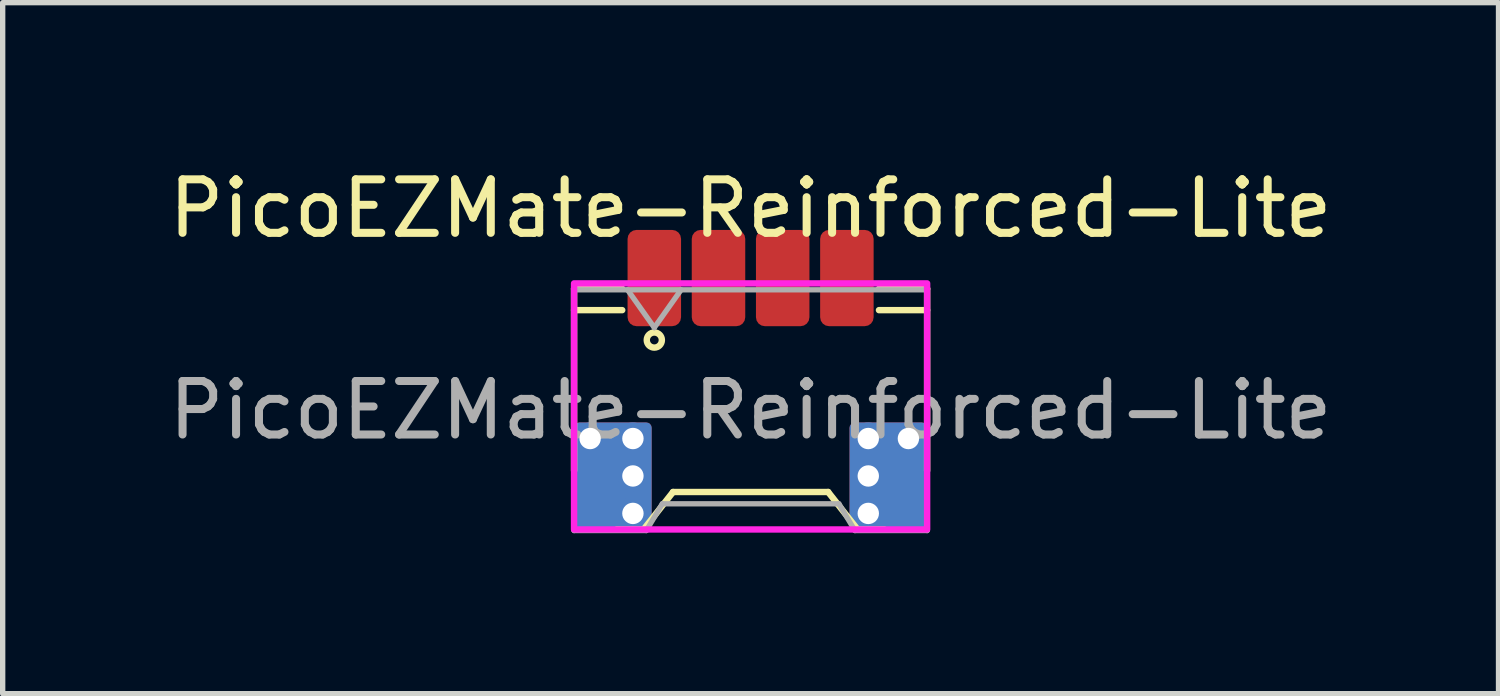
<source format=kicad_pcb>
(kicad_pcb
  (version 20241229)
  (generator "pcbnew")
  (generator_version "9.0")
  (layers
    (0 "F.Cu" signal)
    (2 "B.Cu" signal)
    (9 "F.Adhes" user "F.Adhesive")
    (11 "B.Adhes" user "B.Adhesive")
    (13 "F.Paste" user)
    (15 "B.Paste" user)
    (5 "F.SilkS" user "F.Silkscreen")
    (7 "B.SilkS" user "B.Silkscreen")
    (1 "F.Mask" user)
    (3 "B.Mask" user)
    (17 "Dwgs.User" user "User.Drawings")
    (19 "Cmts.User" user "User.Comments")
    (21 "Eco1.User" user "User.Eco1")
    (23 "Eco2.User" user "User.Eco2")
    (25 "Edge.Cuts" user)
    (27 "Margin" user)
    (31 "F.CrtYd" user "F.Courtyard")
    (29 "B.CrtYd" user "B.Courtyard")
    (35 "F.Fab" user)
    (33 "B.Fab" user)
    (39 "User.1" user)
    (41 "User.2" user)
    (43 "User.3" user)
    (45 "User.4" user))
  (footprint "PicoEZMate-Reinforced-Lite"
    (layer "F.Cu")
    (at 10.982 4.348)
    (property "Reference" "PicoEZMate-Reinforced-Lite" (at 0 -3.5 0) (layer "F.SilkS") (effects (font (size 1 1) (thickness 0.15))))
    (attr smd)
    (fp_line (start -3.3 -2) (end -3.3 1.4) (stroke (width 0.12) (type solid)) (layer "F.SilkS"))
    (fp_line (start -3.3 -2) (end -2.4 -2) (stroke (width 0.12) (type solid)) (layer "F.SilkS"))
    (fp_line (start -2.4 -1.6) (end -3.3 -1.6) (stroke (width 0.12) (type solid)) (layer "F.SilkS"))
    (fp_line (start -2 2.5) (end -2.5 2.5) (stroke (width 0.12) (type solid)) (layer "F.SilkS"))
    (fp_line (start -1.45 1.8) (end -2 2.5) (stroke (width 0.12) (type solid)) (layer "F.SilkS"))
    (fp_line (start 1.45 1.8) (end -1.45 1.8) (stroke (width 0.12) (type solid)) (layer "F.SilkS"))
    (fp_line (start 2 2.5) (end 1.45 1.8) (stroke (width 0.12) (type solid)) (layer "F.SilkS"))
    (fp_line (start 2 2.5) (end 2.5 2.5) (stroke (width 0.12) (type solid)) (layer "F.SilkS"))
    (fp_line (start 2.4 -2) (end 3.3 -2) (stroke (width 0.12) (type solid)) (layer "F.SilkS"))
    (fp_line (start 3.3 -2) (end 3.3 1.4) (stroke (width 0.12) (type solid)) (layer "F.SilkS"))
    (fp_line (start 3.3 -1.6) (end 2.4 -1.6) (stroke (width 0.12) (type solid)) (layer "F.SilkS"))
    (fp_circle (center -1.8 -1.041) (end -1.7 -1.141) (stroke (width 0.12) (type solid)) (fill no) (layer "F.SilkS"))
    (fp_rect (start -3.3 -2.1) (end 3.3 2.5) (stroke (width 0.12) (type solid)) (fill no) (layer "F.CrtYd"))
    (fp_line (start -3.3 -1.98) (end -3.3 2.52) (stroke (width 0.1) (type solid)) (layer "F.Fab"))
    (fp_line (start -3.3 -1.98) (end 3.3 -1.98) (stroke (width 0.1) (type solid)) (layer "F.Fab"))
    (fp_line (start -3.3 2.52) (end -1.95 2.52) (stroke (width 0.1) (type solid)) (layer "F.Fab"))
    (fp_line (start -2.3 -1.98) (end -1.8 -1.273) (stroke (width 0.1) (type solid)) (layer "F.Fab"))
    (fp_line (start -1.95 2.52) (end -1.65 2.02) (stroke (width 0.1) (type solid)) (layer "F.Fab"))
    (fp_line (start -1.8 -1.273) (end -1.3 -1.98) (stroke (width 0.1) (type solid)) (layer "F.Fab"))
    (fp_line (start -1.65 2.02) (end 1.65 2.02) (stroke (width 0.1) (type solid)) (layer "F.Fab"))
    (fp_line (start 1.65 2.02) (end 1.95 2.52) (stroke (width 0.1) (type solid)) (layer "F.Fab"))
    (fp_line (start 1.95 2.52) (end 3.3 2.52) (stroke (width 0.1) (type solid)) (layer "F.Fab"))
    (fp_line (start 3.3 -1.98) (end 3.3 2.52) (stroke (width 0.1) (type solid)) (layer "F.Fab"))
    (fp_text user "${REFERENCE}" (at 0 0.27 0) (layer "F.Fab") (effects (font (size 1 1) (thickness 0.15))))
    (pad "" thru_hole circle (at -3 0.8) (size 0.6 0.6) (drill 0.4) (layers "*.Cu"))
    (pad "" smd roundrect (at -2.95 2) (size 0.7 1) (layers "F.Mask" "F.Paste") (roundrect_rratio 0.143))
    (pad "" smd roundrect (at -2.575 1.5) (size 1.45 2) (layers "F.Cu") (roundrect_rratio 0.069))
    (pad "" smd roundrect (at -2.575 1.5) (size 1.45 2) (layers "B.Cu") (roundrect_rratio 0.069))
    (pad "" thru_hole circle (at -2.2 0.8) (size 0.6 0.6) (drill 0.4) (layers "*.Cu"))
    (pad "" thru_hole circle (at -2.2 1.5) (size 0.6 0.6) (drill 0.4) (layers "*.Cu"))
    (pad "" thru_hole circle (at -2.2 2.2) (size 0.6 0.6) (drill 0.4) (layers "*.Cu"))
    (pad "" smd roundrect (at -1.8 -2) (size 0.75 1.2) (layers "F.Mask" "F.Paste") (roundrect_rratio 0.167))
    (pad "" smd roundrect (at -0.6 -2) (size 0.75 1.2) (layers "F.Mask" "F.Paste") (roundrect_rratio 0.167))
    (pad "" smd roundrect (at 0.6 -2) (size 0.75 1.2) (layers "F.Mask" "F.Paste") (roundrect_rratio 0.167))
    (pad "" smd roundrect (at 1.8 -2) (size 0.75 1.2) (layers "F.Mask" "F.Paste") (roundrect_rratio 0.167))
    (pad "" thru_hole circle (at 2.2 0.8) (size 0.6 0.6) (drill 0.4) (layers "*.Cu"))
    (pad "" thru_hole circle (at 2.2 1.5) (size 0.6 0.6) (drill 0.4) (layers "*.Cu"))
    (pad "" thru_hole circle (at 2.2 2.2) (size 0.6 0.6) (drill 0.4) (layers "*.Cu"))
    (pad "" smd roundrect (at 2.575 1.5) (size 1.45 2) (layers "F.Cu") (roundrect_rratio 0.069))
    (pad "" smd roundrect (at 2.575 1.5) (size 1.45 2) (layers "B.Cu") (roundrect_rratio 0.069))
    (pad "" thru_hole circle (at 2.95 0.8) (size 0.6 0.6) (drill 0.4) (layers "*.Cu"))
    (pad "" smd roundrect (at 2.95 2) (size 0.7 1) (layers "F.Mask" "F.Paste") (roundrect_rratio 0.143))
    (pad "1" smd roundrect (at -1.8 -2.2) (size 1 1.8) (layers "F.Cu") (roundrect_rratio 0.167))
    (pad "2" smd roundrect (at -0.6 -2.2) (size 1 1.8) (layers "F.Cu") (roundrect_rratio 0.167))
    (pad "3" smd roundrect (at 0.6 -2.2) (size 1 1.8) (layers "F.Cu") (roundrect_rratio 0.167))
    (pad "4" smd roundrect (at 1.8 -2.2) (size 1 1.8) (layers "F.Cu") (roundrect_rratio 0.167)))
  (gr_rect
    (start -3 -3)
    (end 24.964 9.918)
    (stroke (width 0.1) (type default))
    (fill no)
    (layer "Edge.Cuts")))
</source>
